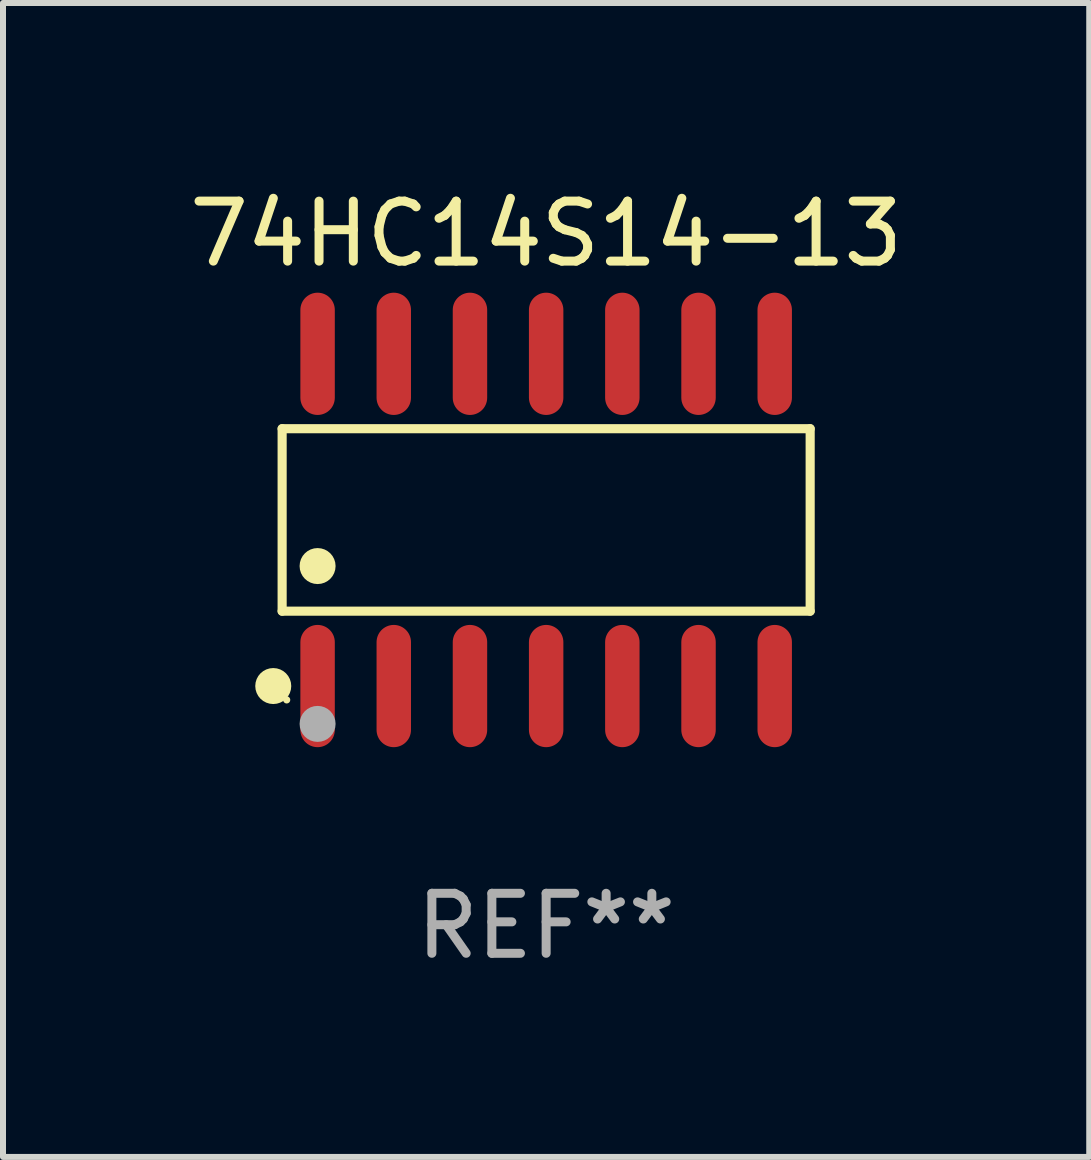
<source format=kicad_pcb>
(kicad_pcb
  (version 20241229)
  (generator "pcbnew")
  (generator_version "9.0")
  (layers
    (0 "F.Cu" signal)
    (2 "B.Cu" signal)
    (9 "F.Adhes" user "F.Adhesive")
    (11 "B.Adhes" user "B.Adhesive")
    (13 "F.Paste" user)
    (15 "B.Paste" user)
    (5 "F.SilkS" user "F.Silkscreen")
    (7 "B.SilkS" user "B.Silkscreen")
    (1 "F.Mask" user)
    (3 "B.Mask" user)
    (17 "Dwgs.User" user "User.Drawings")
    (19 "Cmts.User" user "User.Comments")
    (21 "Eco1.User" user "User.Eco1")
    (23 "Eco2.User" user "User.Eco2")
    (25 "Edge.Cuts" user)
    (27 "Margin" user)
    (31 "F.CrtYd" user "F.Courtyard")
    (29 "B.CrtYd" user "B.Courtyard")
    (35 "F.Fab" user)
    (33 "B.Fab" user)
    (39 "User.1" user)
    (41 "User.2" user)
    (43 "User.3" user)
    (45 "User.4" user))
  (footprint "74HC14S14-13"
    (layer "F.Cu")
    (at 6.054 5.617)
    (property "Reference" "74HC14S14-13" (at 0 -4.769 0) (layer "F.SilkS") (effects (font (size 1 1) (thickness 0.15))))
    (attr through_hole)
    (fp_line (start -4.401 -1.521) (end 4.401 -1.521) (stroke (width 0.152) (type solid)) (layer "F.SilkS"))
    (fp_line (start -4.401 1.521) (end -4.401 -1.521) (stroke (width 0.152) (type solid)) (layer "F.SilkS"))
    (fp_line (start 4.401 -1.521) (end 4.401 1.521) (stroke (width 0.152) (type solid)) (layer "F.SilkS"))
    (fp_line (start 4.401 1.521) (end -4.401 1.521) (stroke (width 0.152) (type solid)) (layer "F.SilkS"))
    (fp_circle (center -4.549 2.769) (end -4.399 2.769) (stroke (width 0.3) (type solid)) (fill no) (layer "F.SilkS"))
    (fp_circle (center -4.325 3) (end -4.295 3) (stroke (width 0.06) (type solid)) (fill no) (layer "F.SilkS"))
    (fp_circle (center -3.81 0.769) (end -3.66 0.769) (stroke (width 0.3) (type solid)) (fill no) (layer "F.SilkS"))
    (fp_circle (center -3.81 3.4) (end -3.66 3.4) (stroke (width 0.3) (type solid)) (fill no) (layer "F.Fab"))
    (fp_text user "REF**" (at 0 6.769 0) (layer "F.Fab") (effects (font (size 1 1) (thickness 0.15))))
    (pad "1" smd oval (at -3.81 2.769) (size 0.574 2.038) (layers "F.Cu" "F.Mask" "F.Paste"))
    (pad "2" smd oval (at -2.54 2.769) (size 0.574 2.038) (layers "F.Cu" "F.Mask" "F.Paste"))
    (pad "3" smd oval (at -1.27 2.769) (size 0.574 2.038) (layers "F.Cu" "F.Mask" "F.Paste"))
    (pad "4" smd oval (at 0 2.769) (size 0.574 2.038) (layers "F.Cu" "F.Mask" "F.Paste"))
    (pad "5" smd oval (at 1.27 2.769) (size 0.574 2.038) (layers "F.Cu" "F.Mask" "F.Paste"))
    (pad "6" smd oval (at 2.54 2.769) (size 0.574 2.038) (layers "F.Cu" "F.Mask" "F.Paste"))
    (pad "7" smd oval (at 3.81 2.769) (size 0.574 2.038) (layers "F.Cu" "F.Mask" "F.Paste"))
    (pad "8" smd oval (at 3.81 -2.769) (size 0.574 2.038) (layers "F.Cu" "F.Mask" "F.Paste"))
    (pad "9" smd oval (at 2.54 -2.769) (size 0.574 2.038) (layers "F.Cu" "F.Mask" "F.Paste"))
    (pad "10" smd oval (at 1.27 -2.769) (size 0.574 2.038) (layers "F.Cu" "F.Mask" "F.Paste"))
    (pad "11" smd oval (at 0 -2.769) (size 0.574 2.038) (layers "F.Cu" "F.Mask" "F.Paste"))
    (pad "12" smd oval (at -1.27 -2.769) (size 0.574 2.038) (layers "F.Cu" "F.Mask" "F.Paste"))
    (pad "13" smd oval (at -2.54 -2.769) (size 0.574 2.038) (layers "F.Cu" "F.Mask" "F.Paste"))
    (pad "14" smd oval (at -3.81 -2.769) (size 0.574 2.038) (layers "F.Cu" "F.Mask" "F.Paste")))
  (gr_rect
    (start -3 -3)
    (end 15.107 16.235)
    (stroke (width 0.1) (type default))
    (fill no)
    (layer "Edge.Cuts")))
</source>
